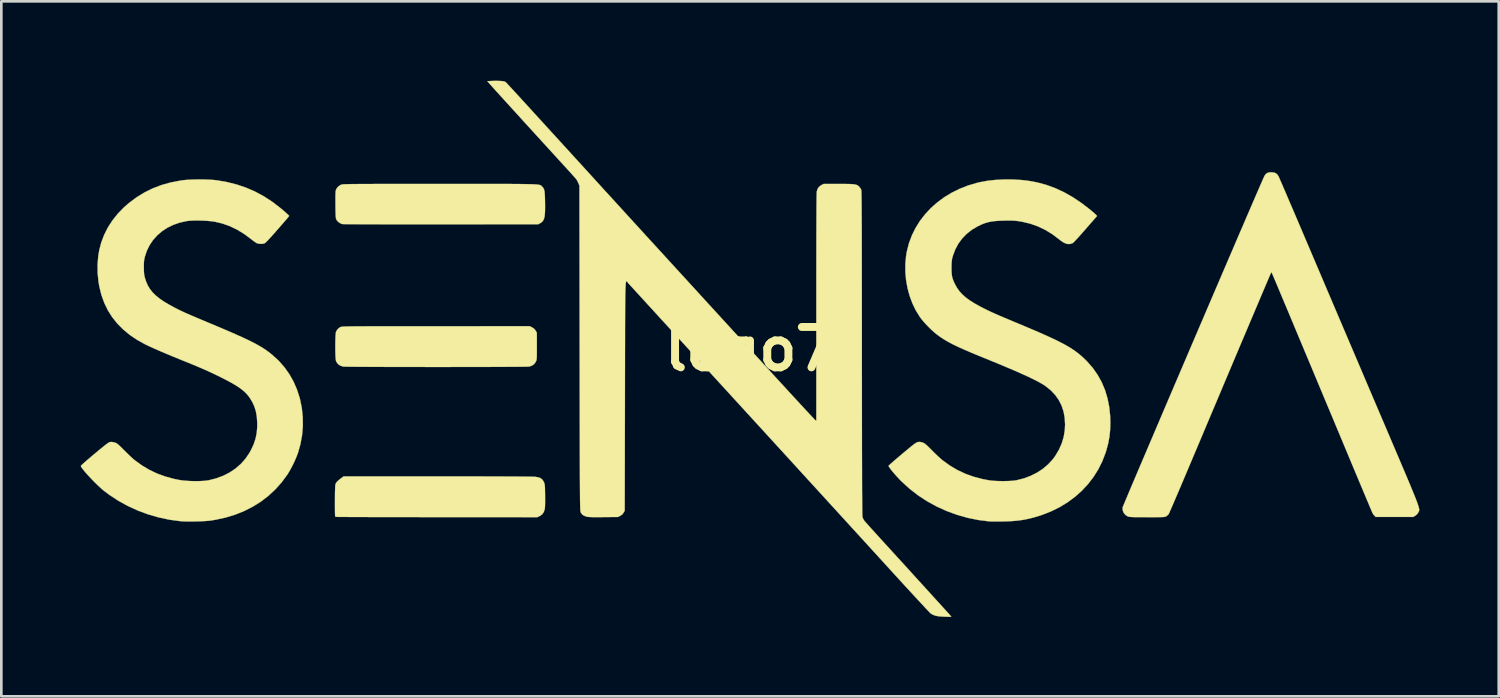
<source format=kicad_pcb>
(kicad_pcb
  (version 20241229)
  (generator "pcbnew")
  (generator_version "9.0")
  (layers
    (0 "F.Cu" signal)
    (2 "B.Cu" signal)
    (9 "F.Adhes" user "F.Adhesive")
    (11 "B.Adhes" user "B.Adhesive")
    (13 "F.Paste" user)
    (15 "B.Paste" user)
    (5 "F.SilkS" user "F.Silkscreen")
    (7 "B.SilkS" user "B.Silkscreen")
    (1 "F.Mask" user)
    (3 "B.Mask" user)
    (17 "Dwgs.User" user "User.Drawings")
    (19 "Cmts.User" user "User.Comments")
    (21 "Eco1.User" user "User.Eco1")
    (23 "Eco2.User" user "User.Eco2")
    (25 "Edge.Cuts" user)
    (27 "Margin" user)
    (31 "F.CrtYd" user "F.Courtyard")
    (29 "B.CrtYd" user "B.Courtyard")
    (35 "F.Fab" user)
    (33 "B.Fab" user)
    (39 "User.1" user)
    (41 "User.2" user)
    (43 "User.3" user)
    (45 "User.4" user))
  (footprint "logo7"
    (layer "F.Cu")
    (at 25.283 10.138)
    (property "Reference" "logo7" (at 0 0 0) (layer "F.SilkS") (effects (font (size 1.524 1.524) (thickness 0.3))))
    (attr through_hole)
    (fp_poly (pts (xy -11.804 4.809) (xy -11.402 4.809) (xy -11.017 4.81) (xy -10.651 4.81) (xy -10.305 4.81) (xy -9.98 4.811) (xy -9.678 4.812) (xy -9.398 4.813) (xy -9.143 4.814) (xy -8.913 4.815) (xy -8.71 4.816) (xy -8.535 4.818) (xy -8.388 4.819) (xy -8.271 4.821) (xy -8.185 4.823) (xy -8.132 4.824) (xy -8.115 4.825) (xy -8.007 4.843) (xy -7.925 4.87) (xy -7.865 4.91) (xy -7.817 4.968) (xy -7.793 5.011) (xy -7.779 5.041) (xy -7.768 5.068) (xy -7.76 5.098) (xy -7.754 5.134) (xy -7.749 5.182) (xy -7.746 5.247) (xy -7.744 5.333) (xy -7.742 5.445) (xy -7.741 5.531) (xy -7.74 5.699) (xy -7.741 5.837) (xy -7.744 5.944) (xy -7.75 6.019) (xy -7.754 6.047) (xy -7.79 6.155) (xy -7.846 6.238) (xy -7.925 6.297) (xy -7.947 6.309) (xy -8.035 6.35) (xy -11.828 6.348) (xy -12.184 6.348) (xy -12.532 6.347) (xy -12.869 6.347) (xy -13.194 6.347) (xy -13.506 6.346) (xy -13.803 6.346) (xy -14.084 6.345) (xy -14.346 6.345) (xy -14.589 6.344) (xy -14.811 6.344) (xy -15.011 6.343) (xy -15.186 6.342) (xy -15.336 6.341) (xy -15.458 6.341) (xy -15.552 6.34) (xy -15.615 6.339) (xy -15.647 6.339) (xy -15.651 6.338) (xy -15.659 6.334) (xy -15.665 6.324) (xy -15.67 6.305) (xy -15.674 6.274) (xy -15.677 6.226) (xy -15.678 6.159) (xy -15.679 6.07) (xy -15.68 5.954) (xy -15.68 5.809) (xy -15.68 5.76) (xy -15.679 5.622) (xy -15.678 5.491) (xy -15.676 5.374) (xy -15.673 5.273) (xy -15.67 5.195) (xy -15.667 5.143) (xy -15.664 5.125) (xy -15.649 5.079) (xy -15.623 5.036) (xy -15.582 4.99) (xy -15.52 4.937) (xy -15.462 4.892) (xy -15.353 4.809) (xy -11.804 4.809)) (stroke (width 0.01) (type solid)) (fill yes) (layer "F.SilkS"))
    (fp_poly (pts (xy -8.233 -0.82) (xy -8.163 -0.776) (xy -8.113 -0.721) (xy -8.098 -0.697) (xy -8.052 -0.618) (xy -8.052 -0.11) (xy -8.052 0.035) (xy -8.052 0.149) (xy -8.053 0.239) (xy -8.055 0.307) (xy -8.058 0.358) (xy -8.063 0.395) (xy -8.069 0.424) (xy -8.077 0.448) (xy -8.088 0.471) (xy -8.092 0.479) (xy -8.15 0.563) (xy -8.23 0.622) (xy -8.335 0.658) (xy -8.347 0.66) (xy -8.373 0.662) (xy -8.431 0.664) (xy -8.519 0.665) (xy -8.635 0.667) (xy -8.777 0.668) (xy -8.943 0.669) (xy -9.131 0.67) (xy -9.339 0.671) (xy -9.565 0.672) (xy -9.808 0.673) (xy -10.064 0.674) (xy -10.333 0.674) (xy -10.612 0.675) (xy -10.9 0.675) (xy -11.193 0.675) (xy -11.491 0.676) (xy -11.792 0.676) (xy -12.093 0.676) (xy -12.392 0.675) (xy -12.688 0.675) (xy -12.978 0.675) (xy -13.261 0.674) (xy -13.535 0.674) (xy -13.797 0.673) (xy -14.046 0.672) (xy -14.28 0.671) (xy -14.496 0.67) (xy -14.693 0.669) (xy -14.869 0.668) (xy -15.022 0.667) (xy -15.15 0.665) (xy -15.25 0.664) (xy -15.322 0.662) (xy -15.362 0.66) (xy -15.37 0.66) (xy -15.477 0.625) (xy -15.56 0.569) (xy -15.621 0.488) (xy -15.637 0.453) (xy -15.646 0.414) (xy -15.653 0.347) (xy -15.659 0.258) (xy -15.663 0.151) (xy -15.665 0.032) (xy -15.666 -0.092) (xy -15.665 -0.217) (xy -15.663 -0.337) (xy -15.659 -0.446) (xy -15.654 -0.539) (xy -15.647 -0.609) (xy -15.639 -0.653) (xy -15.637 -0.656) (xy -15.586 -0.744) (xy -15.512 -0.808) (xy -15.469 -0.832) (xy -15.46 -0.835) (xy -15.449 -0.839) (xy -15.435 -0.842) (xy -15.415 -0.844) (xy -15.39 -0.847) (xy -15.357 -0.849) (xy -15.315 -0.851) (xy -15.262 -0.853) (xy -15.198 -0.855) (xy -15.121 -0.856) (xy -15.029 -0.857) (xy -14.921 -0.859) (xy -14.796 -0.859) (xy -14.652 -0.86) (xy -14.489 -0.861) (xy -14.304 -0.862) (xy -14.096 -0.862) (xy -13.864 -0.862) (xy -13.606 -0.863) (xy -13.322 -0.863) (xy -13.009 -0.863) (xy -12.667 -0.863) (xy -12.293 -0.863) (xy -11.888 -0.863) (xy -11.861 -0.863) (xy -8.321 -0.864) (xy -8.233 -0.82)) (stroke (width 0.01) (type solid)) (fill yes) (layer "F.SilkS"))
    (fp_poly (pts (xy -10.224 -6.24) (xy -9.926 -6.24) (xy -9.654 -6.24) (xy -9.408 -6.239) (xy -9.187 -6.239) (xy -8.989 -6.238) (xy -8.813 -6.237) (xy -8.657 -6.235) (xy -8.52 -6.233) (xy -8.401 -6.231) (xy -8.299 -6.229) (xy -8.212 -6.226) (xy -8.138 -6.223) (xy -8.077 -6.219) (xy -8.027 -6.214) (xy -7.987 -6.209) (xy -7.956 -6.203) (xy -7.931 -6.197) (xy -7.912 -6.19) (xy -7.898 -6.182) (xy -7.886 -6.174) (xy -7.877 -6.165) (xy -7.868 -6.155) (xy -7.857 -6.144) (xy -7.853 -6.139) (xy -7.823 -6.108) (xy -7.8 -6.075) (xy -7.782 -6.036) (xy -7.768 -5.987) (xy -7.759 -5.923) (xy -7.752 -5.839) (xy -7.747 -5.732) (xy -7.744 -5.597) (xy -7.743 -5.551) (xy -7.741 -5.374) (xy -7.743 -5.227) (xy -7.749 -5.106) (xy -7.761 -5.009) (xy -7.779 -4.932) (xy -7.804 -4.872) (xy -7.837 -4.824) (xy -7.878 -4.786) (xy -7.929 -4.754) (xy -7.929 -4.754) (xy -8.001 -4.716) (xy -11.676 -4.713) (xy -12.027 -4.713) (xy -12.369 -4.713) (xy -12.701 -4.713) (xy -13.022 -4.713) (xy -13.329 -4.714) (xy -13.621 -4.714) (xy -13.897 -4.714) (xy -14.155 -4.715) (xy -14.393 -4.716) (xy -14.61 -4.716) (xy -14.804 -4.717) (xy -14.974 -4.718) (xy -15.119 -4.719) (xy -15.235 -4.72) (xy -15.323 -4.721) (xy -15.38 -4.723) (xy -15.405 -4.724) (xy -15.405 -4.724) (xy -15.485 -4.756) (xy -15.558 -4.808) (xy -15.613 -4.871) (xy -15.623 -4.888) (xy -15.632 -4.91) (xy -15.64 -4.935) (xy -15.645 -4.969) (xy -15.65 -5.014) (xy -15.653 -5.076) (xy -15.656 -5.158) (xy -15.658 -5.265) (xy -15.66 -5.4) (xy -15.66 -5.444) (xy -15.661 -5.62) (xy -15.661 -5.764) (xy -15.658 -5.874) (xy -15.654 -5.952) (xy -15.647 -5.997) (xy -15.647 -5.999) (xy -15.606 -6.083) (xy -15.539 -6.155) (xy -15.455 -6.206) (xy -15.447 -6.209) (xy -15.437 -6.213) (xy -15.424 -6.216) (xy -15.408 -6.219) (xy -15.387 -6.222) (xy -15.36 -6.224) (xy -15.324 -6.226) (xy -15.28 -6.228) (xy -15.225 -6.23) (xy -15.159 -6.232) (xy -15.079 -6.233) (xy -14.985 -6.234) (xy -14.875 -6.235) (xy -14.747 -6.236) (xy -14.601 -6.237) (xy -14.436 -6.238) (xy -14.248 -6.238) (xy -14.038 -6.239) (xy -13.804 -6.239) (xy -13.545 -6.239) (xy -13.259 -6.24) (xy -12.945 -6.24) (xy -12.601 -6.24) (xy -12.227 -6.24) (xy -11.82 -6.24) (xy -11.718 -6.24) (xy -11.297 -6.24) (xy -10.909 -6.24) (xy -10.552 -6.24) (xy -10.224 -6.24)) (stroke (width 0.01) (type solid)) (fill yes) (layer "F.SilkS"))
    (fp_poly (pts (xy 19.792 -6.671) (xy 19.867 -6.643) (xy 19.926 -6.59) (xy 19.967 -6.527) (xy 19.978 -6.503) (xy 20.002 -6.449) (xy 20.038 -6.367) (xy 20.085 -6.259) (xy 20.142 -6.126) (xy 20.209 -5.971) (xy 20.285 -5.794) (xy 20.369 -5.597) (xy 20.461 -5.383) (xy 20.56 -5.152) (xy 20.665 -4.906) (xy 20.775 -4.647) (xy 20.891 -4.376) (xy 21.01 -4.096) (xy 21.133 -3.807) (xy 21.175 -3.708) (xy 21.304 -3.405) (xy 21.445 -3.074) (xy 21.596 -2.719) (xy 21.756 -2.343) (xy 21.924 -1.949) (xy 22.098 -1.54) (xy 22.277 -1.121) (xy 22.458 -0.695) (xy 22.642 -0.264) (xy 22.826 0.168) (xy 23.009 0.597) (xy 23.189 1.02) (xy 23.365 1.434) (xy 23.536 1.835) (xy 23.7 2.22) (xy 23.804 2.464) (xy 23.972 2.856) (xy 24.127 3.219) (xy 24.269 3.553) (xy 24.4 3.86) (xy 24.519 4.14) (xy 24.627 4.395) (xy 24.726 4.626) (xy 24.814 4.835) (xy 24.893 5.023) (xy 24.963 5.19) (xy 25.024 5.339) (xy 25.078 5.47) (xy 25.124 5.585) (xy 25.163 5.684) (xy 25.196 5.77) (xy 25.222 5.843) (xy 25.243 5.904) (xy 25.259 5.956) (xy 25.27 5.998) (xy 25.278 6.032) (xy 25.281 6.06) (xy 25.282 6.083) (xy 25.28 6.102) (xy 25.275 6.117) (xy 25.269 6.132) (xy 25.262 6.146) (xy 25.254 6.16) (xy 25.248 6.171) (xy 25.201 6.241) (xy 25.133 6.295) (xy 25.132 6.295) (xy 25.053 6.342) (xy 23.642 6.342) (xy 23.596 6.299) (xy 23.557 6.254) (xy 23.522 6.201) (xy 23.52 6.196) (xy 23.509 6.173) (xy 23.487 6.121) (xy 23.453 6.041) (xy 23.408 5.936) (xy 23.354 5.806) (xy 23.29 5.655) (xy 23.218 5.483) (xy 23.138 5.292) (xy 23.051 5.085) (xy 22.958 4.864) (xy 22.86 4.629) (xy 22.757 4.383) (xy 22.65 4.127) (xy 22.566 3.925) (xy 22.407 3.545) (xy 22.248 3.164) (xy 22.089 2.784) (xy 21.931 2.405) (xy 21.773 2.029) (xy 21.618 1.658) (xy 21.465 1.292) (xy 21.315 0.933) (xy 21.169 0.583) (xy 21.026 0.242) (xy 20.888 -0.087) (xy 20.755 -0.404) (xy 20.628 -0.708) (xy 20.508 -0.996) (xy 20.394 -1.268) (xy 20.288 -1.521) (xy 20.189 -1.756) (xy 20.099 -1.97) (xy 20.019 -2.162) (xy 19.948 -2.332) (xy 19.887 -2.476) (xy 19.837 -2.595) (xy 19.798 -2.686) (xy 19.772 -2.749) (xy 19.758 -2.781) (xy 19.7 -2.912) (xy 19.665 -2.84) (xy 19.653 -2.814) (xy 19.629 -2.759) (xy 19.593 -2.674) (xy 19.545 -2.562) (xy 19.486 -2.423) (xy 19.416 -2.259) (xy 19.336 -2.07) (xy 19.247 -1.859) (xy 19.148 -1.625) (xy 19.04 -1.371) (xy 18.924 -1.097) (xy 18.8 -0.804) (xy 18.669 -0.495) (xy 18.531 -0.169) (xy 18.387 0.172) (xy 18.237 0.527) (xy 18.082 0.894) (xy 17.922 1.273) (xy 17.758 1.663) (xy 17.59 2.061) (xy 17.418 2.468) (xy 17.244 2.881) (xy 17.067 3.301) (xy 16.888 3.725) (xy 16.838 3.844) (xy 16.724 4.113) (xy 16.614 4.373) (xy 16.508 4.624) (xy 16.407 4.863) (xy 16.311 5.089) (xy 16.222 5.299) (xy 16.139 5.493) (xy 16.064 5.668) (xy 15.998 5.823) (xy 15.941 5.955) (xy 15.893 6.064) (xy 15.857 6.147) (xy 15.832 6.203) (xy 15.819 6.23) (xy 15.818 6.231) (xy 15.783 6.27) (xy 15.737 6.308) (xy 15.731 6.312) (xy 15.717 6.321) (xy 15.701 6.329) (xy 15.682 6.335) (xy 15.655 6.34) (xy 15.618 6.344) (xy 15.566 6.346) (xy 15.497 6.348) (xy 15.407 6.349) (xy 15.292 6.35) (xy 15.15 6.35) (xy 15.005 6.35) (xy 14.835 6.349) (xy 14.695 6.349) (xy 14.583 6.348) (xy 14.494 6.347) (xy 14.425 6.344) (xy 14.373 6.341) (xy 14.334 6.337) (xy 14.305 6.332) (xy 14.283 6.325) (xy 14.266 6.318) (xy 14.182 6.263) (xy 14.119 6.186) (xy 14.082 6.095) (xy 14.075 5.996) (xy 14.076 5.988) (xy 14.083 5.969) (xy 14.102 5.92) (xy 14.135 5.842) (xy 14.178 5.737) (xy 14.234 5.606) (xy 14.299 5.45) (xy 14.375 5.271) (xy 14.46 5.069) (xy 14.555 4.847) (xy 14.657 4.605) (xy 14.768 4.345) (xy 14.886 4.067) (xy 15.011 3.774) (xy 15.142 3.467) (xy 15.279 3.146) (xy 15.421 2.813) (xy 15.567 2.469) (xy 15.718 2.116) (xy 15.872 1.755) (xy 16.029 1.387) (xy 16.189 1.013) (xy 16.351 0.635) (xy 16.514 0.254) (xy 16.677 -0.129) (xy 16.841 -0.512) (xy 17.005 -0.895) (xy 17.168 -1.275) (xy 17.329 -1.652) (xy 17.489 -2.025) (xy 17.646 -2.391) (xy 17.8 -2.751) (xy 17.951 -3.102) (xy 18.097 -3.443) (xy 18.239 -3.773) (xy 18.375 -4.091) (xy 18.506 -4.396) (xy 18.631 -4.685) (xy 18.748 -4.959) (xy 18.859 -5.215) (xy 18.961 -5.452) (xy 19.055 -5.67) (xy 19.14 -5.866) (xy 19.215 -6.04) (xy 19.28 -6.19) (xy 19.335 -6.315) (xy 19.378 -6.414) (xy 19.41 -6.485) (xy 19.429 -6.527) (xy 19.434 -6.537) (xy 19.482 -6.608) (xy 19.541 -6.652) (xy 19.618 -6.675) (xy 19.693 -6.68) (xy 19.792 -6.671)) (stroke (width 0.01) (type solid)) (fill yes) (layer "F.SilkS"))
    (fp_poly (pts (xy 9.928 -6.407) (xy 10.252 -6.388) (xy 10.507 -6.359) (xy 10.86 -6.294) (xy 11.204 -6.2) (xy 11.541 -6.076) (xy 11.873 -5.921) (xy 12.202 -5.734) (xy 12.528 -5.515) (xy 12.793 -5.312) (xy 12.871 -5.249) (xy 12.943 -5.188) (xy 13.004 -5.136) (xy 13.047 -5.097) (xy 13.063 -5.082) (xy 13.113 -5.029) (xy 13.078 -4.991) (xy 13.06 -4.97) (xy 13.021 -4.926) (xy 12.966 -4.863) (xy 12.897 -4.784) (xy 12.817 -4.692) (xy 12.729 -4.591) (xy 12.642 -4.491) (xy 12.548 -4.384) (xy 12.46 -4.284) (xy 12.379 -4.195) (xy 12.309 -4.12) (xy 12.253 -4.061) (xy 12.214 -4.022) (xy 12.195 -4.007) (xy 12.106 -3.974) (xy 12.017 -3.968) (xy 11.924 -3.99) (xy 11.825 -4.039) (xy 11.714 -4.118) (xy 11.69 -4.138) (xy 11.43 -4.335) (xy 11.162 -4.5) (xy 10.883 -4.634) (xy 10.592 -4.737) (xy 10.287 -4.81) (xy 10.131 -4.836) (xy 10.045 -4.846) (xy 9.96 -4.853) (xy 9.866 -4.857) (xy 9.757 -4.857) (xy 9.624 -4.855) (xy 9.576 -4.854) (xy 9.393 -4.847) (xy 9.238 -4.835) (xy 9.102 -4.816) (xy 8.978 -4.789) (xy 8.86 -4.753) (xy 8.741 -4.705) (xy 8.614 -4.644) (xy 8.599 -4.637) (xy 8.38 -4.507) (xy 8.186 -4.354) (xy 8.016 -4.179) (xy 7.872 -3.983) (xy 7.756 -3.767) (xy 7.667 -3.532) (xy 7.65 -3.474) (xy 7.635 -3.412) (xy 7.625 -3.347) (xy 7.618 -3.272) (xy 7.614 -3.179) (xy 7.613 -3.082) (xy 7.614 -2.948) (xy 7.621 -2.838) (xy 7.634 -2.744) (xy 7.657 -2.657) (xy 7.69 -2.567) (xy 7.737 -2.466) (xy 7.746 -2.447) (xy 7.821 -2.313) (xy 7.91 -2.188) (xy 8.016 -2.071) (xy 8.143 -1.958) (xy 8.292 -1.846) (xy 8.467 -1.735) (xy 8.671 -1.62) (xy 8.788 -1.56) (xy 8.873 -1.517) (xy 8.955 -1.476) (xy 9.037 -1.437) (xy 9.124 -1.396) (xy 9.218 -1.354) (xy 9.323 -1.307) (xy 9.442 -1.255) (xy 9.579 -1.197) (xy 9.736 -1.131) (xy 9.918 -1.054) (xy 10.128 -0.967) (xy 10.152 -0.957) (xy 10.463 -0.826) (xy 10.744 -0.707) (xy 10.998 -0.597) (xy 11.226 -0.495) (xy 11.431 -0.401) (xy 11.616 -0.312) (xy 11.781 -0.228) (xy 11.93 -0.148) (xy 12.064 -0.07) (xy 12.186 0.007) (xy 12.297 0.084) (xy 12.4 0.162) (xy 12.497 0.242) (xy 12.591 0.326) (xy 12.682 0.414) (xy 12.744 0.477) (xy 12.954 0.718) (xy 13.135 0.978) (xy 13.288 1.254) (xy 13.412 1.548) (xy 13.506 1.859) (xy 13.571 2.185) (xy 13.607 2.528) (xy 13.614 2.781) (xy 13.605 3.062) (xy 13.577 3.326) (xy 13.527 3.584) (xy 13.455 3.848) (xy 13.435 3.912) (xy 13.311 4.234) (xy 13.159 4.54) (xy 12.979 4.828) (xy 12.772 5.098) (xy 12.54 5.348) (xy 12.283 5.577) (xy 12.004 5.784) (xy 11.702 5.969) (xy 11.379 6.128) (xy 11.037 6.263) (xy 10.953 6.291) (xy 10.731 6.358) (xy 10.522 6.411) (xy 10.317 6.451) (xy 10.108 6.48) (xy 9.885 6.499) (xy 9.642 6.509) (xy 9.542 6.511) (xy 9.421 6.512) (xy 9.307 6.512) (xy 9.206 6.512) (xy 9.124 6.511) (xy 9.065 6.51) (xy 9.042 6.509) (xy 8.624 6.456) (xy 8.213 6.372) (xy 7.812 6.257) (xy 7.422 6.114) (xy 7.046 5.943) (xy 6.686 5.745) (xy 6.345 5.521) (xy 6.024 5.272) (xy 5.726 4.999) (xy 5.722 4.996) (xy 5.64 4.912) (xy 5.558 4.823) (xy 5.478 4.734) (xy 5.405 4.649) (xy 5.341 4.571) (xy 5.289 4.503) (xy 5.253 4.451) (xy 5.236 4.418) (xy 5.236 4.411) (xy 5.25 4.394) (xy 5.288 4.358) (xy 5.347 4.305) (xy 5.425 4.236) (xy 5.52 4.155) (xy 5.629 4.062) (xy 5.749 3.961) (xy 5.879 3.853) (xy 6.015 3.739) (xy 6.102 3.668) (xy 6.191 3.597) (xy 6.263 3.548) (xy 6.323 3.518) (xy 6.379 3.506) (xy 6.436 3.509) (xy 6.501 3.525) (xy 6.522 3.531) (xy 6.554 3.544) (xy 6.586 3.561) (xy 6.622 3.586) (xy 6.665 3.622) (xy 6.719 3.672) (xy 6.789 3.741) (xy 6.875 3.827) (xy 6.961 3.913) (xy 7.05 3.999) (xy 7.134 4.078) (xy 7.208 4.144) (xy 7.265 4.193) (xy 7.273 4.2) (xy 7.548 4.398) (xy 7.834 4.568) (xy 8.134 4.709) (xy 8.451 4.823) (xy 8.787 4.911) (xy 9.017 4.955) (xy 9.128 4.97) (xy 9.261 4.98) (xy 9.408 4.986) (xy 9.56 4.988) (xy 9.71 4.986) (xy 9.85 4.98) (xy 9.972 4.97) (xy 10.066 4.956) (xy 10.344 4.885) (xy 10.605 4.788) (xy 10.846 4.667) (xy 11.067 4.522) (xy 11.264 4.355) (xy 11.437 4.167) (xy 11.533 4.037) (xy 11.672 3.802) (xy 11.779 3.561) (xy 11.853 3.312) (xy 11.894 3.054) (xy 11.904 2.845) (xy 11.889 2.59) (xy 11.845 2.353) (xy 11.771 2.131) (xy 11.667 1.926) (xy 11.534 1.737) (xy 11.371 1.564) (xy 11.177 1.406) (xy 11.121 1.367) (xy 11.014 1.301) (xy 10.876 1.224) (xy 10.706 1.138) (xy 10.505 1.041) (xy 10.274 0.936) (xy 10.013 0.82) (xy 9.722 0.696) (xy 9.403 0.562) (xy 9.055 0.42) (xy 9.051 0.418) (xy 8.778 0.307) (xy 8.535 0.207) (xy 8.318 0.116) (xy 8.126 0.033) (xy 7.955 -0.043) (xy 7.803 -0.113) (xy 7.668 -0.179) (xy 7.546 -0.242) (xy 7.437 -0.303) (xy 7.336 -0.363) (xy 7.242 -0.424) (xy 7.151 -0.486) (xy 7.065 -0.549) (xy 6.954 -0.64) (xy 6.833 -0.75) (xy 6.711 -0.872) (xy 6.594 -0.997) (xy 6.492 -1.117) (xy 6.423 -1.208) (xy 6.27 -1.453) (xy 6.14 -1.719) (xy 6.034 -2.002) (xy 5.953 -2.298) (xy 5.898 -2.602) (xy 5.87 -2.91) (xy 5.87 -3.218) (xy 5.898 -3.521) (xy 5.928 -3.696) (xy 6.007 -4.002) (xy 6.117 -4.296) (xy 6.256 -4.577) (xy 6.422 -4.843) (xy 6.616 -5.094) (xy 6.833 -5.327) (xy 7.075 -5.541) (xy 7.337 -5.735) (xy 7.62 -5.907) (xy 7.922 -6.056) (xy 8.241 -6.181) (xy 8.576 -6.28) (xy 8.687 -6.306) (xy 8.973 -6.358) (xy 9.281 -6.392) (xy 9.602 -6.408) (xy 9.928 -6.407)) (stroke (width 0.01) (type solid)) (fill yes) (layer "F.SilkS"))
    (fp_poly (pts (xy -20.636 -6.407) (xy -20.468 -6.402) (xy -20.315 -6.394) (xy -20.185 -6.382) (xy -20.151 -6.378) (xy -19.759 -6.31) (xy -19.386 -6.216) (xy -19.031 -6.096) (xy -18.691 -5.947) (xy -18.361 -5.769) (xy -18.041 -5.56) (xy -17.727 -5.319) (xy -17.578 -5.192) (xy -17.515 -5.136) (xy -17.463 -5.088) (xy -17.426 -5.052) (xy -17.408 -5.033) (xy -17.408 -5.032) (xy -17.418 -5.017) (xy -17.449 -4.979) (xy -17.497 -4.922) (xy -17.561 -4.848) (xy -17.637 -4.759) (xy -17.724 -4.659) (xy -17.819 -4.551) (xy -17.846 -4.52) (xy -17.974 -4.374) (xy -18.082 -4.253) (xy -18.17 -4.157) (xy -18.24 -4.083) (xy -18.292 -4.033) (xy -18.328 -4.003) (xy -18.341 -3.995) (xy -18.413 -3.977) (xy -18.5 -3.975) (xy -18.585 -3.987) (xy -18.627 -4) (xy -18.664 -4.021) (xy -18.719 -4.059) (xy -18.784 -4.106) (xy -18.838 -4.149) (xy -19.106 -4.348) (xy -19.378 -4.514) (xy -19.656 -4.647) (xy -19.938 -4.746) (xy -20.216 -4.812) (xy -20.344 -4.83) (xy -20.491 -4.844) (xy -20.65 -4.853) (xy -20.813 -4.858) (xy -20.971 -4.858) (xy -21.117 -4.853) (xy -21.241 -4.842) (xy -21.288 -4.835) (xy -21.546 -4.778) (xy -21.787 -4.694) (xy -22.009 -4.585) (xy -22.212 -4.453) (xy -22.392 -4.298) (xy -22.549 -4.123) (xy -22.681 -3.928) (xy -22.785 -3.717) (xy -22.856 -3.506) (xy -22.874 -3.435) (xy -22.886 -3.373) (xy -22.894 -3.308) (xy -22.898 -3.233) (xy -22.899 -3.137) (xy -22.899 -3.09) (xy -22.898 -2.979) (xy -22.894 -2.892) (xy -22.887 -2.821) (xy -22.876 -2.757) (xy -22.862 -2.701) (xy -22.813 -2.548) (xy -22.751 -2.407) (xy -22.675 -2.277) (xy -22.58 -2.155) (xy -22.465 -2.039) (xy -22.328 -1.925) (xy -22.166 -1.811) (xy -21.975 -1.696) (xy -21.755 -1.575) (xy -21.717 -1.556) (xy -21.643 -1.518) (xy -21.572 -1.482) (xy -21.499 -1.447) (xy -21.423 -1.411) (xy -21.34 -1.373) (xy -21.246 -1.331) (xy -21.138 -1.284) (xy -21.014 -1.231) (xy -20.87 -1.17) (xy -20.703 -1.099) (xy -20.509 -1.018) (xy -20.396 -0.971) (xy -20.098 -0.845) (xy -19.829 -0.731) (xy -19.587 -0.627) (xy -19.37 -0.531) (xy -19.176 -0.444) (xy -19.003 -0.363) (xy -18.848 -0.288) (xy -18.709 -0.217) (xy -18.585 -0.149) (xy -18.473 -0.084) (xy -18.37 -0.02) (xy -18.275 0.044) (xy -18.186 0.109) (xy -18.1 0.176) (xy -18.042 0.223) (xy -17.801 0.445) (xy -17.587 0.688) (xy -17.401 0.95) (xy -17.243 1.23) (xy -17.113 1.53) (xy -17.011 1.847) (xy -17 1.89) (xy -16.931 2.229) (xy -16.896 2.571) (xy -16.892 2.915) (xy -16.922 3.257) (xy -16.984 3.594) (xy -17.07 3.9) (xy -17.128 4.056) (xy -17.2 4.226) (xy -17.282 4.397) (xy -17.369 4.56) (xy -17.454 4.705) (xy -17.481 4.746) (xy -17.696 5.037) (xy -17.935 5.304) (xy -18.196 5.545) (xy -18.478 5.762) (xy -18.782 5.952) (xy -19.106 6.116) (xy -19.449 6.254) (xy -19.813 6.365) (xy -20.194 6.448) (xy -20.388 6.479) (xy -20.474 6.488) (xy -20.587 6.496) (xy -20.718 6.503) (xy -20.862 6.508) (xy -21.01 6.511) (xy -21.155 6.512) (xy -21.289 6.511) (xy -21.407 6.508) (xy -21.499 6.502) (xy -21.505 6.502) (xy -21.922 6.447) (xy -22.333 6.36) (xy -22.736 6.244) (xy -23.127 6.099) (xy -23.505 5.926) (xy -23.866 5.727) (xy -24.208 5.503) (xy -24.401 5.357) (xy -24.481 5.291) (xy -24.57 5.211) (xy -24.664 5.122) (xy -24.761 5.026) (xy -24.858 4.927) (xy -24.952 4.827) (xy -25.04 4.732) (xy -25.118 4.642) (xy -25.184 4.562) (xy -25.235 4.496) (xy -25.267 4.445) (xy -25.278 4.414) (xy -25.278 4.411) (xy -25.264 4.394) (xy -25.226 4.358) (xy -25.17 4.307) (xy -25.097 4.243) (xy -25.012 4.169) (xy -24.917 4.089) (xy -24.817 4.004) (xy -24.715 3.919) (xy -24.614 3.835) (xy -24.518 3.756) (xy -24.43 3.685) (xy -24.354 3.624) (xy -24.292 3.577) (xy -24.249 3.546) (xy -24.233 3.536) (xy -24.177 3.513) (xy -24.121 3.507) (xy -24.053 3.517) (xy -23.995 3.532) (xy -23.963 3.543) (xy -23.932 3.558) (xy -23.9 3.579) (xy -23.86 3.611) (xy -23.811 3.657) (xy -23.746 3.719) (xy -23.664 3.802) (xy -23.64 3.826) (xy -23.553 3.912) (xy -23.465 3.998) (xy -23.381 4.077) (xy -23.307 4.144) (xy -23.249 4.193) (xy -23.241 4.2) (xy -22.97 4.396) (xy -22.691 4.562) (xy -22.399 4.701) (xy -22.091 4.814) (xy -21.762 4.903) (xy -21.545 4.947) (xy -21.42 4.965) (xy -21.274 4.977) (xy -21.117 4.986) (xy -20.956 4.989) (xy -20.798 4.987) (xy -20.652 4.98) (xy -20.525 4.968) (xy -20.448 4.956) (xy -20.163 4.883) (xy -19.899 4.785) (xy -19.656 4.661) (xy -19.436 4.513) (xy -19.237 4.341) (xy -19.063 4.146) (xy -18.914 3.928) (xy -18.847 3.808) (xy -18.747 3.59) (xy -18.676 3.376) (xy -18.633 3.159) (xy -18.614 2.929) (xy -18.616 2.76) (xy -18.632 2.545) (xy -18.666 2.353) (xy -18.72 2.176) (xy -18.796 2.009) (xy -18.889 1.854) (xy -18.953 1.765) (xy -19.026 1.681) (xy -19.11 1.599) (xy -19.208 1.518) (xy -19.322 1.436) (xy -19.456 1.351) (xy -19.612 1.261) (xy -19.793 1.164) (xy -20.001 1.058) (xy -20.119 1) (xy -20.227 0.948) (xy -20.329 0.9) (xy -20.429 0.853) (xy -20.531 0.807) (xy -20.639 0.759) (xy -20.757 0.709) (xy -20.888 0.653) (xy -21.037 0.591) (xy -21.208 0.521) (xy -21.404 0.442) (xy -21.531 0.39) (xy -21.803 0.279) (xy -22.053 0.175) (xy -22.28 0.078) (xy -22.48 -0.009) (xy -22.653 -0.087) (xy -22.797 -0.155) (xy -22.846 -0.179) (xy -23.153 -0.349) (xy -23.432 -0.537) (xy -23.681 -0.743) (xy -23.902 -0.966) (xy -24.094 -1.207) (xy -24.258 -1.466) (xy -24.393 -1.744) (xy -24.5 -2.04) (xy -24.579 -2.354) (xy -24.611 -2.54) (xy -24.644 -2.873) (xy -24.647 -3.201) (xy -24.62 -3.521) (xy -24.584 -3.734) (xy -24.506 -4.033) (xy -24.395 -4.322) (xy -24.254 -4.6) (xy -24.082 -4.865) (xy -23.881 -5.117) (xy -23.651 -5.353) (xy -23.461 -5.52) (xy -23.175 -5.733) (xy -22.877 -5.916) (xy -22.564 -6.071) (xy -22.235 -6.196) (xy -21.889 -6.294) (xy -21.523 -6.364) (xy -21.428 -6.378) (xy -21.302 -6.391) (xy -21.153 -6.4) (xy -20.987 -6.406) (xy -20.812 -6.408) (xy -20.636 -6.407)) (stroke (width 0.01) (type solid)) (fill yes) (layer "F.SilkS"))
    (fp_poly (pts (xy -9.545 -10.133) (xy -9.448 -10.13) (xy -9.421 -10.129) (xy -9.343 -10.122) (xy -9.291 -10.114) (xy -9.256 -10.101) (xy -9.228 -10.083) (xy -9.219 -10.075) (xy -9.211 -10.068) (xy -9.198 -10.054) (xy -9.178 -10.033) (xy -9.151 -10.004) (xy -9.116 -9.966) (xy -9.073 -9.919) (xy -9.02 -9.862) (xy -8.957 -9.794) (xy -8.884 -9.714) (xy -8.799 -9.622) (xy -8.702 -9.516) (xy -8.592 -9.395) (xy -8.468 -9.26) (xy -8.33 -9.109) (xy -8.177 -8.941) (xy -8.008 -8.756) (xy -7.822 -8.552) (xy -7.619 -8.329) (xy -7.397 -8.087) (xy -7.157 -7.824) (xy -6.897 -7.539) (xy -6.617 -7.232) (xy -6.316 -6.902) (xy -5.993 -6.548) (xy -5.859 -6.401) (xy -5.658 -6.18) (xy -5.436 -5.936) (xy -5.193 -5.671) (xy -4.932 -5.385) (xy -4.654 -5.08) (xy -4.36 -4.759) (xy -4.052 -4.421) (xy -3.731 -4.07) (xy -3.398 -3.707) (xy -3.056 -3.332) (xy -2.705 -2.949) (xy -2.347 -2.558) (xy -1.984 -2.161) (xy -1.617 -1.759) (xy -1.246 -1.354) (xy -0.875 -0.949) (xy -0.504 -0.543) (xy -0.134 -0.139) (xy 0.233 0.261) (xy 0.595 0.657) (xy 0.908 0.999) (xy 1.094 1.202) (xy 1.274 1.397) (xy 1.446 1.585) (xy 1.61 1.763) (xy 1.763 1.929) (xy 1.905 2.084) (xy 2.035 2.224) (xy 2.15 2.348) (xy 2.25 2.455) (xy 2.333 2.544) (xy 2.398 2.613) (xy 2.443 2.661) (xy 2.468 2.685) (xy 2.471 2.688) (xy 2.506 2.71) (xy 2.506 -1.582) (xy 2.506 -2.087) (xy 2.506 -2.559) (xy 2.507 -2.997) (xy 2.507 -3.403) (xy 2.508 -3.778) (xy 2.508 -4.12) (xy 2.509 -4.432) (xy 2.51 -4.714) (xy 2.511 -4.965) (xy 2.512 -5.187) (xy 2.513 -5.38) (xy 2.515 -5.544) (xy 2.516 -5.681) (xy 2.518 -5.79) (xy 2.52 -5.872) (xy 2.522 -5.927) (xy 2.524 -5.956) (xy 2.524 -5.959) (xy 2.558 -6.059) (xy 2.612 -6.135) (xy 2.69 -6.192) (xy 2.701 -6.198) (xy 2.786 -6.24) (xy 3.344 -6.24) (xy 3.515 -6.24) (xy 3.656 -6.238) (xy 3.77 -6.236) (xy 3.861 -6.231) (xy 3.932 -6.224) (xy 3.988 -6.214) (xy 4.031 -6.201) (xy 4.066 -6.184) (xy 4.096 -6.163) (xy 4.124 -6.136) (xy 4.125 -6.136) (xy 4.165 -6.086) (xy 4.197 -6.03) (xy 4.203 -6.016) (xy 4.205 -6.005) (xy 4.207 -5.983) (xy 4.209 -5.95) (xy 4.21 -5.904) (xy 4.212 -5.845) (xy 4.213 -5.771) (xy 4.215 -5.682) (xy 4.216 -5.577) (xy 4.217 -5.454) (xy 4.218 -5.314) (xy 4.219 -5.154) (xy 4.22 -4.975) (xy 4.221 -4.774) (xy 4.222 -4.552) (xy 4.223 -4.307) (xy 4.223 -4.038) (xy 4.224 -3.745) (xy 4.224 -3.427) (xy 4.225 -3.081) (xy 4.225 -2.709) (xy 4.226 -2.308) (xy 4.226 -1.878) (xy 4.226 -1.418) (xy 4.227 -0.927) (xy 4.227 -0.404) (xy 4.227 0.153) (xy 4.227 0.161) (xy 4.227 0.75) (xy 4.228 1.306) (xy 4.228 1.83) (xy 4.229 2.321) (xy 4.229 2.781) (xy 4.23 3.21) (xy 4.23 3.608) (xy 4.231 3.977) (xy 4.232 4.316) (xy 4.233 4.627) (xy 4.233 4.91) (xy 4.234 5.166) (xy 4.235 5.395) (xy 4.237 5.597) (xy 4.238 5.774) (xy 4.239 5.926) (xy 4.24 6.053) (xy 4.242 6.157) (xy 4.243 6.237) (xy 4.245 6.295) (xy 4.247 6.33) (xy 4.248 6.343) (xy 4.271 6.402) (xy 4.304 6.463) (xy 4.315 6.479) (xy 4.335 6.503) (xy 4.375 6.549) (xy 4.435 6.616) (xy 4.51 6.701) (xy 4.601 6.801) (xy 4.704 6.915) (xy 4.817 7.04) (xy 4.939 7.174) (xy 5.067 7.314) (xy 5.099 7.349) (xy 5.193 7.452) (xy 5.301 7.571) (xy 5.423 7.705) (xy 5.555 7.85) (xy 5.697 8.005) (xy 5.845 8.167) (xy 5.998 8.335) (xy 6.154 8.507) (xy 6.311 8.68) (xy 6.468 8.852) (xy 6.622 9.021) (xy 6.771 9.185) (xy 6.913 9.342) (xy 7.047 9.489) (xy 7.171 9.625) (xy 7.282 9.748) (xy 7.379 9.854) (xy 7.46 9.943) (xy 7.522 10.012) (xy 7.564 10.059) (xy 7.575 10.071) (xy 7.597 10.099) (xy 7.602 10.113) (xy 7.602 10.113) (xy 7.583 10.114) (xy 7.537 10.114) (xy 7.469 10.112) (xy 7.384 10.11) (xy 7.332 10.108) (xy 7.203 10.101) (xy 7.1 10.09) (xy 7.017 10.074) (xy 6.946 10.051) (xy 6.88 10.019) (xy 6.829 9.987) (xy 6.81 9.97) (xy 6.77 9.929) (xy 6.711 9.867) (xy 6.632 9.784) (xy 6.537 9.681) (xy 6.425 9.562) (xy 6.3 9.426) (xy 6.162 9.277) (xy 6.012 9.114) (xy 5.852 8.94) (xy 5.684 8.756) (xy 5.508 8.564) (xy 5.327 8.366) (xy 5.303 8.34) (xy 5.022 8.031) (xy 4.741 7.723) (xy 4.459 7.414) (xy 4.175 7.103) (xy 3.887 6.788) (xy 3.595 6.468) (xy 3.297 6.142) (xy 2.992 5.808) (xy 2.679 5.465) (xy 2.356 5.112) (xy 2.023 4.748) (xy 1.679 4.371) (xy 1.321 3.979) (xy 0.949 3.573) (xy 0.562 3.149) (xy 0.158 2.708) (xy -0.264 2.247) (xy -0.705 1.765) (xy -1.165 1.262) (xy -1.647 0.735) (xy -1.786 0.584) (xy -2.036 0.311) (xy -2.28 0.044) (xy -2.518 -0.216) (xy -2.748 -0.467) (xy -2.969 -0.709) (xy -3.181 -0.941) (xy -3.382 -1.16) (xy -3.571 -1.367) (xy -3.748 -1.561) (xy -3.911 -1.739) (xy -4.059 -1.901) (xy -4.191 -2.046) (xy -4.307 -2.172) (xy -4.405 -2.279) (xy -4.484 -2.365) (xy -4.543 -2.43) (xy -4.581 -2.472) (xy -4.597 -2.49) (xy -4.609 -2.505) (xy -4.621 -2.521) (xy -4.632 -2.536) (xy -4.641 -2.549) (xy -4.65 -2.56) (xy -4.659 -2.567) (xy -4.666 -2.568) (xy -4.673 -2.563) (xy -4.679 -2.55) (xy -4.685 -2.529) (xy -4.69 -2.498) (xy -4.695 -2.455) (xy -4.699 -2.401) (xy -4.702 -2.333) (xy -4.705 -2.25) (xy -4.708 -2.152) (xy -4.711 -2.037) (xy -4.713 -1.904) (xy -4.714 -1.751) (xy -4.716 -1.578) (xy -4.717 -1.384) (xy -4.718 -1.166) (xy -4.719 -0.925) (xy -4.72 -0.659) (xy -4.72 -0.367) (xy -4.721 -0.047) (xy -4.722 0.302) (xy -4.722 0.68) (xy -4.723 1.089) (xy -4.724 1.531) (xy -4.724 1.77) (xy -4.733 6.104) (xy -4.775 6.18) (xy -4.824 6.245) (xy -4.892 6.293) (xy -4.902 6.298) (xy -4.986 6.342) (xy -5.541 6.347) (xy -5.7 6.348) (xy -5.829 6.348) (xy -5.932 6.348) (xy -6.012 6.346) (xy -6.075 6.343) (xy -6.122 6.339) (xy -6.159 6.333) (xy -6.187 6.326) (xy -6.277 6.291) (xy -6.341 6.245) (xy -6.388 6.18) (xy -6.394 6.168) (xy -6.397 6.162) (xy -6.4 6.154) (xy -6.402 6.143) (xy -6.405 6.129) (xy -6.407 6.109) (xy -6.409 6.084) (xy -6.411 6.052) (xy -6.413 6.011) (xy -6.414 5.962) (xy -6.416 5.903) (xy -6.417 5.833) (xy -6.419 5.751) (xy -6.42 5.655) (xy -6.421 5.546) (xy -6.422 5.421) (xy -6.423 5.28) (xy -6.424 5.121) (xy -6.425 4.945) (xy -6.426 4.749) (xy -6.426 4.532) (xy -6.427 4.295) (xy -6.428 4.034) (xy -6.429 3.751) (xy -6.429 3.442) (xy -6.43 3.109) (xy -6.431 2.748) (xy -6.431 2.36) (xy -6.432 1.943) (xy -6.433 1.497) (xy -6.433 1.02) (xy -6.434 0.511) (xy -6.435 -0.031) (xy -6.435 -0.034) (xy -6.443 -6.172) (xy -6.481 -6.266) (xy -6.51 -6.329) (xy -6.542 -6.388) (xy -6.56 -6.416) (xy -6.579 -6.439) (xy -6.619 -6.484) (xy -6.677 -6.549) (xy -6.751 -6.632) (xy -6.839 -6.729) (xy -6.938 -6.838) (xy -7.046 -6.956) (xy -7.161 -7.082) (xy -7.201 -7.126) (xy -7.317 -7.253) (xy -7.445 -7.393) (xy -7.583 -7.544) (xy -7.73 -7.705) (xy -7.884 -7.874) (xy -8.043 -8.048) (xy -8.205 -8.226) (xy -8.369 -8.406) (xy -8.533 -8.585) (xy -8.694 -8.763) (xy -8.852 -8.937) (xy -9.005 -9.104) (xy -9.15 -9.264) (xy -9.286 -9.414) (xy -9.412 -9.552) (xy -9.525 -9.677) (xy -9.624 -9.786) (xy -9.706 -9.878) (xy -9.771 -9.95) (xy -9.817 -10.001) (xy -9.84 -10.026) (xy -9.922 -10.121) (xy -9.749 -10.13) (xy -9.652 -10.133) (xy -9.545 -10.133)) (stroke (width 0.01) (type solid)) (fill yes) (layer "F.SilkS")))
  (gr_rect
    (start -3 -3)
    (end 53.57 23.257)
    (stroke (width 0.1) (type default))
    (fill no)
    (layer "Edge.Cuts")))
</source>
